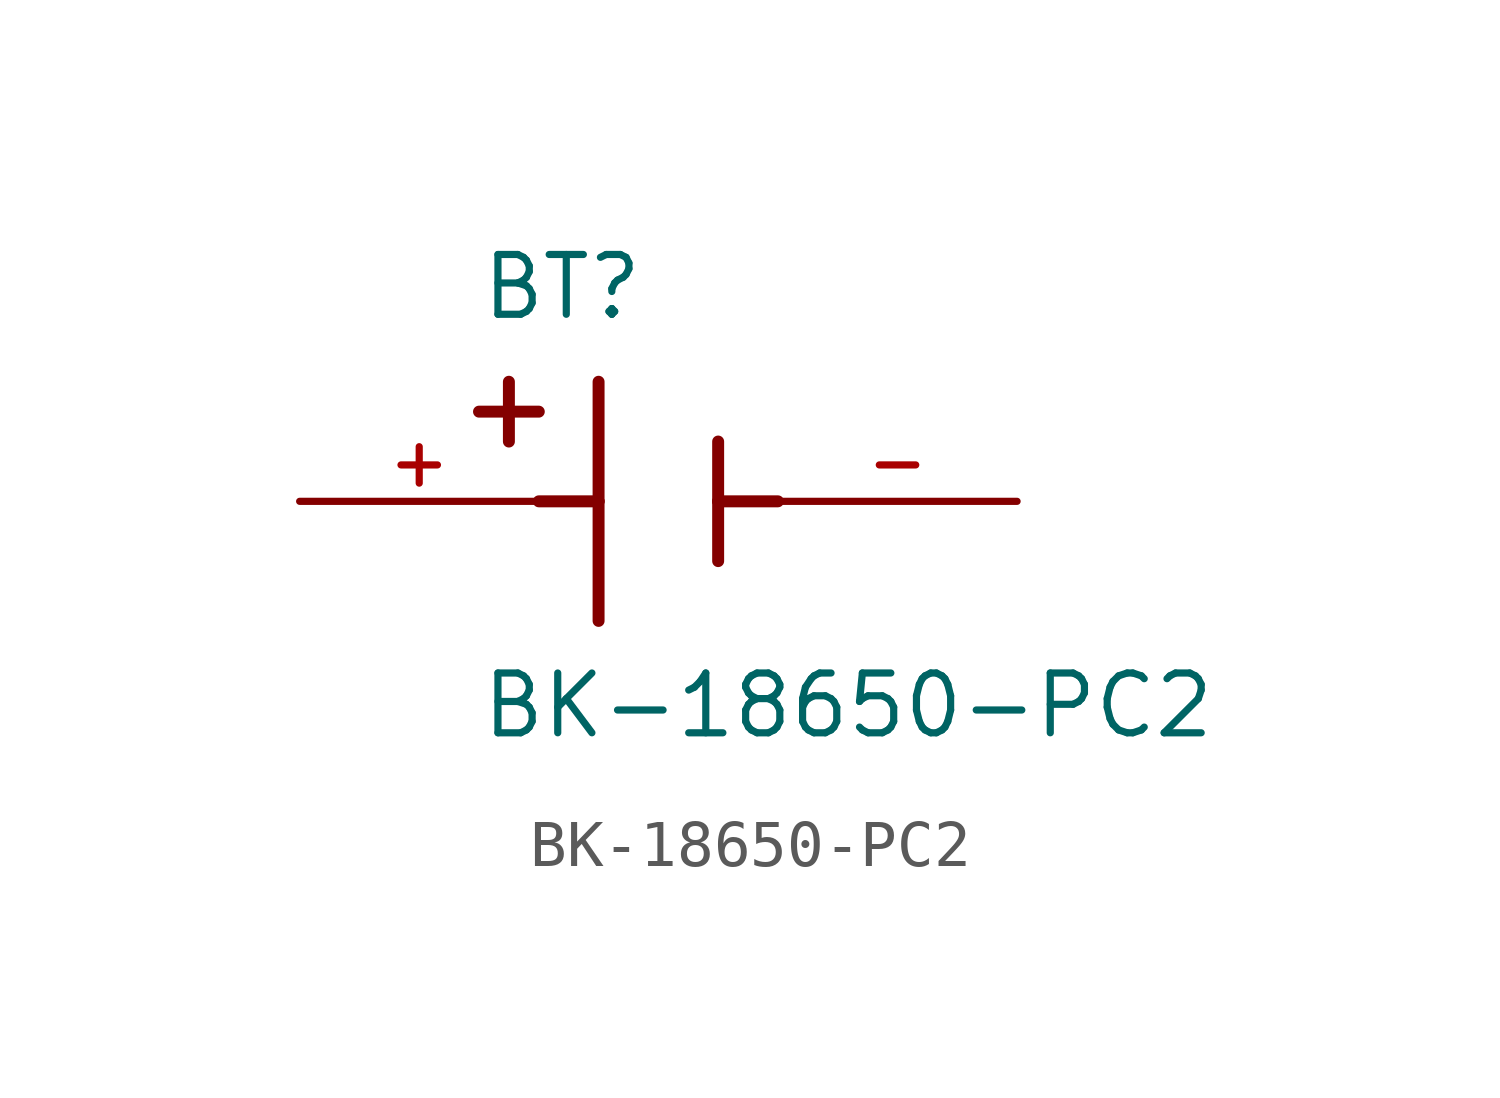
<source format=kicad_sym>
(kicad_symbol_lib
  (version 20211014)
  (generator kicad_symbol_editor)
  (symbol "BK-18650-PC2"
    (pin_names
      (offset 1.016))
    (property "Reference" "BT"
      (at -3.81 3.81 0)
      (effects (font (size 1.27 1.27)) (justify bottom left)))
    (property "Value" "BK-18650-PC2"
      (at -3.81 -5.08 0)
      (effects (font (size 1.27 1.27)) (justify bottom left)))
    (symbol "BK-18650-PC2_0_0"
      (polyline (pts (xy -1.27 2.54) (xy -1.27 0.0)) (stroke (width 0.254)))
      (polyline (pts (xy -1.27 0.0) (xy -1.27 -2.54)) (stroke (width 0.254)))
      (polyline (pts (xy 1.27 1.27) (xy 1.27 0.0)) (stroke (width 0.254)))
      (polyline (pts (xy 1.27 0.0) (xy 1.27 -1.27)) (stroke (width 0.254)))
      (polyline (pts (xy -1.27 0.0) (xy -2.54 0.0)) (stroke (width 0.254)))
      (polyline (pts (xy 1.27 0.0) (xy 2.54 0.0)) (stroke (width 0.254)))
      (polyline (pts (xy -3.175 2.54) (xy -3.175 1.27)) (stroke (width 0.254)))
      (polyline (pts (xy -3.81 1.905) (xy -2.54 1.905)) (stroke (width 0.254)))
      (pin passive line (at -7.62 0.0 0) (length 5.08) (name "~" (effects (font (size 1.016 1.016)))) (number "+" (effects (font (size 1.016 1.016)))))
      (pin passive line (at 7.62 0.0 180.0) (length 5.08) (name "~" (effects (font (size 1.016 1.016)))) (number "-" (effects (font (size 1.016 1.016))))))))
</source>
